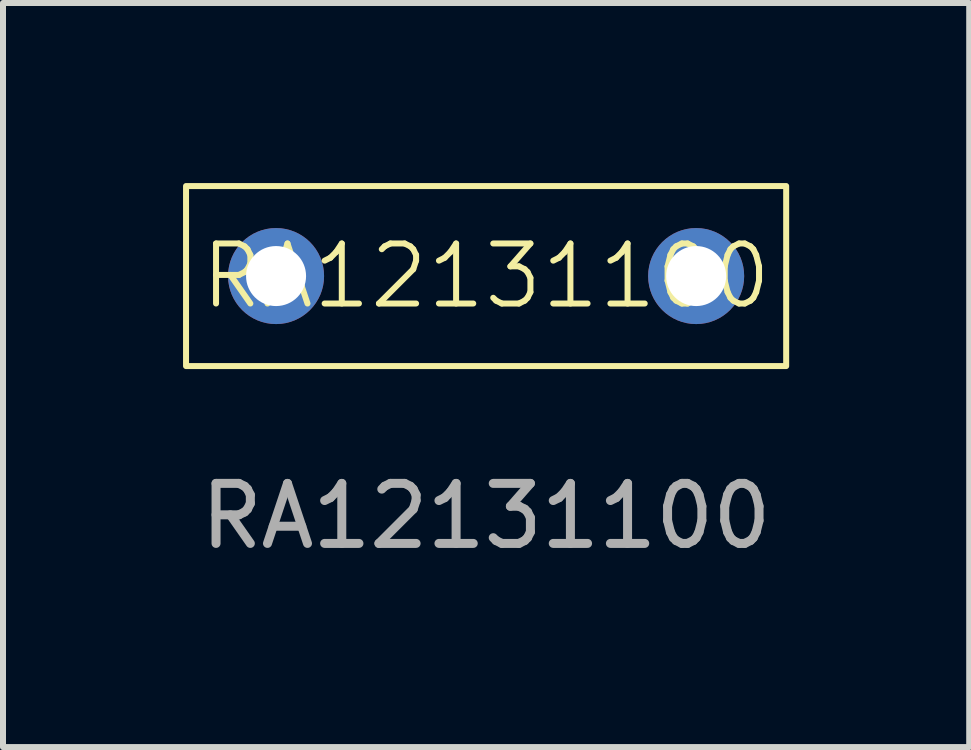
<source format=kicad_pcb>
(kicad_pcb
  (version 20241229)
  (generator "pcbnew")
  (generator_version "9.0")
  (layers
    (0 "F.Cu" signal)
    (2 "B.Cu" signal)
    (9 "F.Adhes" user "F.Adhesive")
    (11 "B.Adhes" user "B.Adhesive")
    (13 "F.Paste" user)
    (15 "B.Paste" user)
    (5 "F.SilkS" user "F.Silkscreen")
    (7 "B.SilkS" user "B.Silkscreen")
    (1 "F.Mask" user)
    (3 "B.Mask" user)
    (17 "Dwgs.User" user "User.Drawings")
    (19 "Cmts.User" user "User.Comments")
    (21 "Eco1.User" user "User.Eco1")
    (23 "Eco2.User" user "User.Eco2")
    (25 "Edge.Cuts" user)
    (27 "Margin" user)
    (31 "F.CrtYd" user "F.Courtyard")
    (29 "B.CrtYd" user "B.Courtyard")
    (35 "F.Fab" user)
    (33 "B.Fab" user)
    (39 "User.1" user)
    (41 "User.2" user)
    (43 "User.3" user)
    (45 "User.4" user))
  (footprint "RA12131100"
    (layer "F.Cu")
    (at 5.05 1.55)
    (property "Reference" "RA12131100" (at 0 0 0) (unlocked yes) (layer "F.SilkS") (effects (font (size 1 1) (thickness 0.1))))
    (attr through_hole)
    (fp_rect (start -5 -1.5) (end 5 1.5) (stroke (width 0.1) (type default)) (fill no) (layer "F.SilkS"))
    (fp_text user "${REFERENCE}" (at 0 4 0) (unlocked yes) (layer "F.Fab") (effects (font (size 1 1) (thickness 0.15))))
    (pad "1" thru_hole circle (at -3.5 0) (size 1.6 1.6) (drill 1) (layers "*.Cu" "*.Mask"))
    (pad "2" thru_hole circle (at 3.5 0) (size 1.6 1.6) (drill 1) (layers "*.Cu" "*.Mask")))
  (gr_rect
    (start -3 -3)
    (end 13.1 9.398)
    (stroke (width 0.1) (type default))
    (fill no)
    (layer "Edge.Cuts")))
</source>
